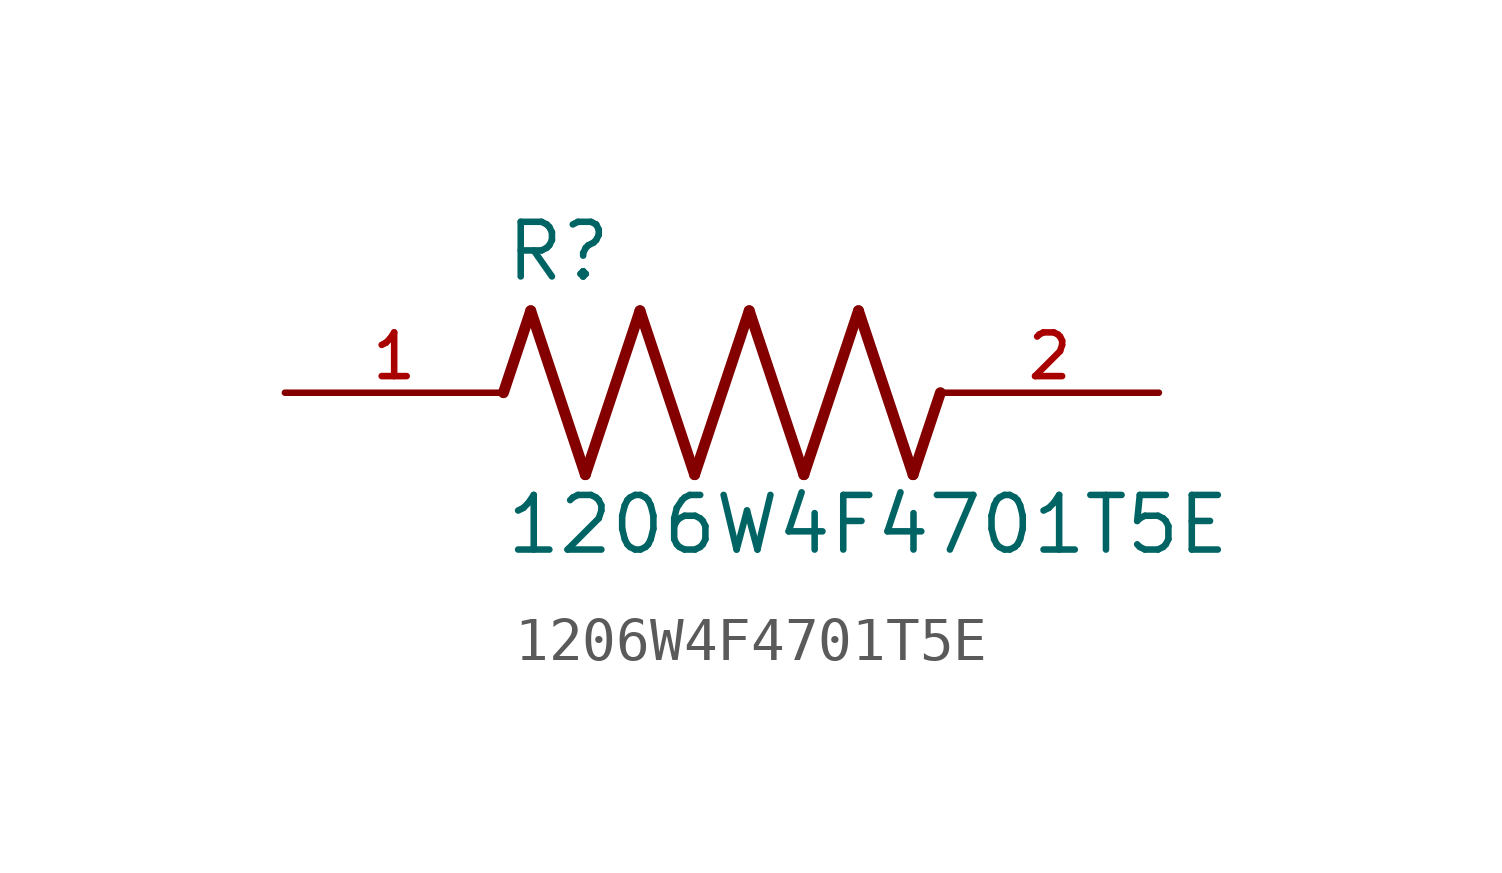
<source format=kicad_sym>
(kicad_symbol_lib
  (version 20211014)
  (generator kicad_symbol_editor)
  (symbol "1206W4F4701T5E"
    (pin_names
      (offset 1.016))
    (property "Reference" "R"
      (at -5.08 2.54 0)
      (effects (font (size 1.27 1.27)) (justify bottom left)))
    (property "Value" "1206W4F4701T5E"
      (at -5.08 -3.81 0)
      (effects (font (size 1.27 1.27)) (justify bottom left)))
    (symbol "1206W4F4701T5E_0_0"
      (polyline (pts (xy -5.08 0.0) (xy -4.445 1.905)) (stroke (width 0.254)))
      (polyline (pts (xy -4.445 1.905) (xy -3.175 -1.905)) (stroke (width 0.254)))
      (polyline (pts (xy -3.175 -1.905) (xy -1.905 1.905)) (stroke (width 0.254)))
      (polyline (pts (xy -1.905 1.905) (xy -0.635 -1.905)) (stroke (width 0.254)))
      (polyline (pts (xy -0.635 -1.905) (xy 0.635 1.905)) (stroke (width 0.254)))
      (polyline (pts (xy 0.635 1.905) (xy 1.905 -1.905)) (stroke (width 0.254)))
      (polyline (pts (xy 1.905 -1.905) (xy 3.175 1.905)) (stroke (width 0.254)))
      (polyline (pts (xy 3.175 1.905) (xy 4.445 -1.905)) (stroke (width 0.254)))
      (polyline (pts (xy 4.445 -1.905) (xy 5.08 0.0)) (stroke (width 0.254)))
      (pin passive line (at -10.16 0.0 0) (length 5.08) (name "~" (effects (font (size 1.016 1.016)))) (number "1" (effects (font (size 1.016 1.016)))))
      (pin passive line (at 10.16 0.0 180.0) (length 5.08) (name "~" (effects (font (size 1.016 1.016)))) (number "2" (effects (font (size 1.016 1.016))))))))
</source>
